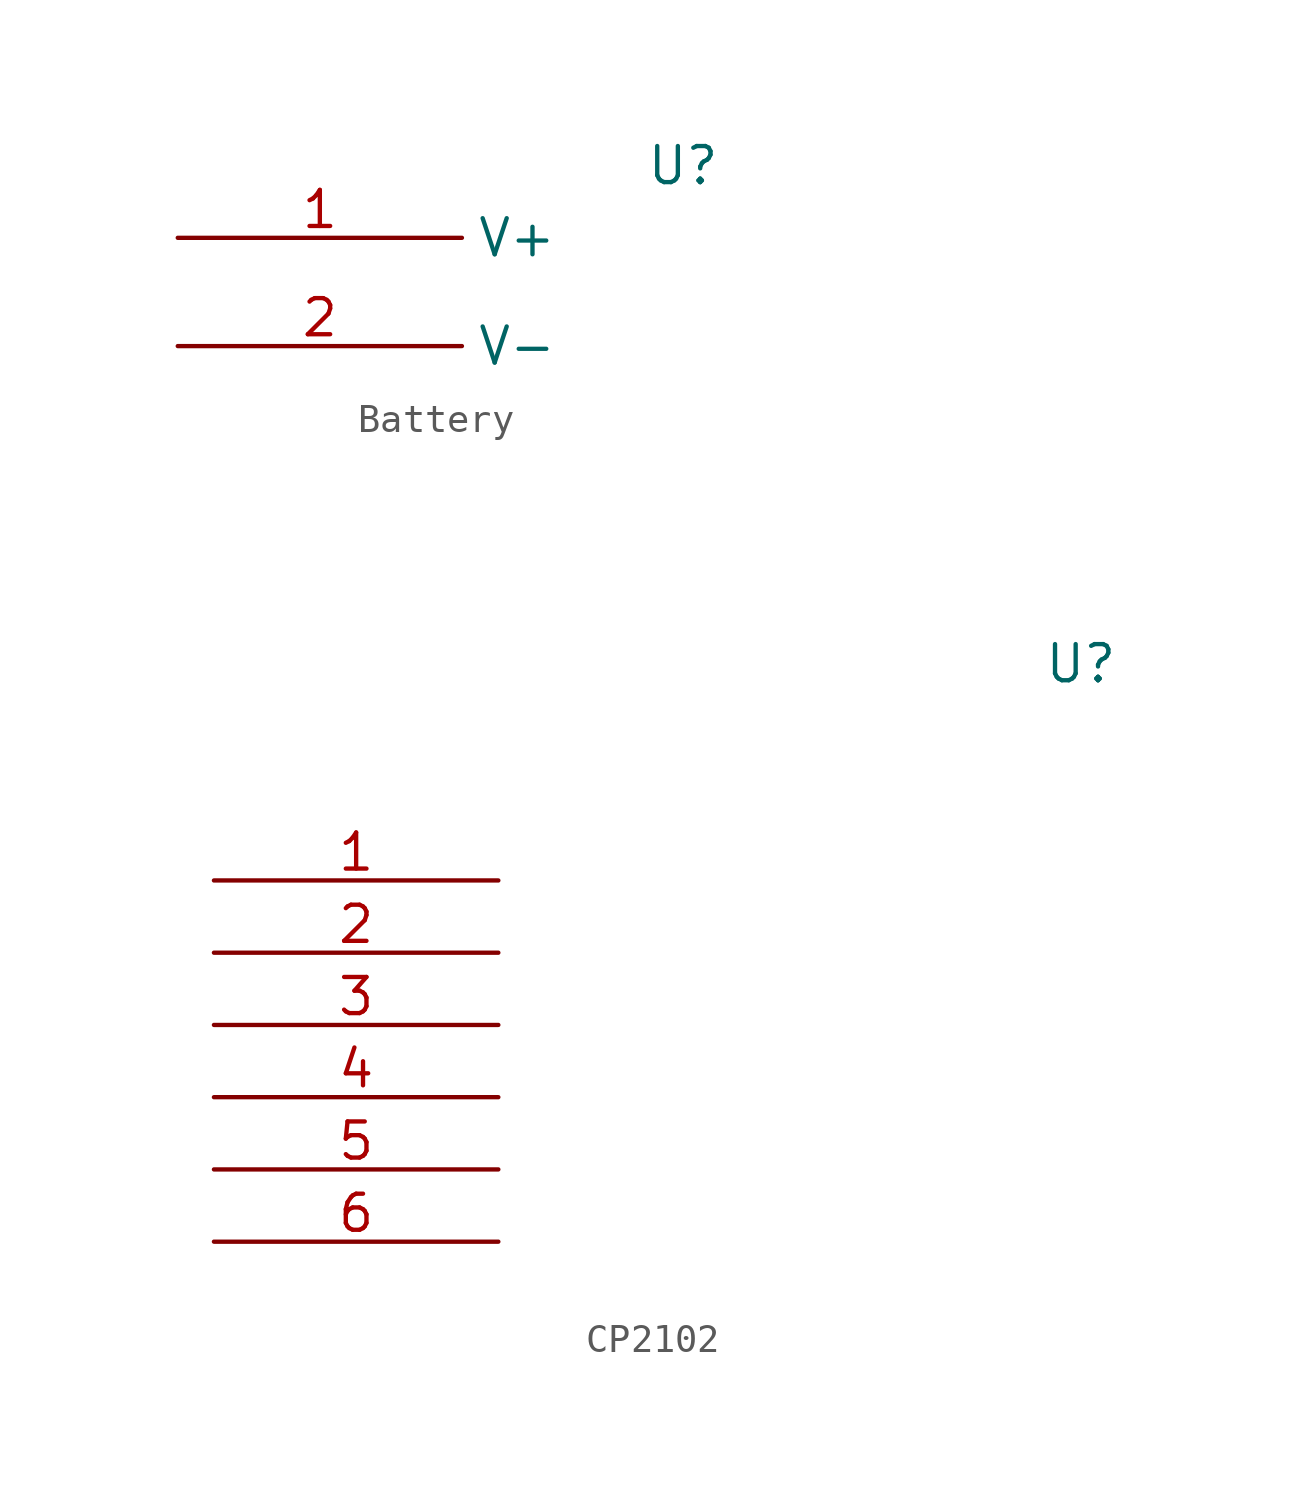
<source format=kicad_sym>
(kicad_symbol_lib
  (version 20220914)
  (generator kicad_symbol_editor)
  (symbol "Battery"
    (property "Reference" "U"
      (at 0 0 0)
      (effects (font (size 1.27 1.27))))
    (property "Value" ""
      (at 0 0 0)
      (effects (font (size 1.27 1.27))))
    (symbol "Battery_1_1"
      (pin input line (at -17.78 -2.54 0) (length 10) (name "V+" (effects (font (size 1.27 1.27)))) (number "1" (effects (font (size 1.27 1.27)))))
      (pin input line (at -17.78 -6.35 0) (length 10) (name "V-" (effects (font (size 1.27 1.27)))) (number "2" (effects (font (size 1.27 1.27)))))))
  (symbol "CP2102"
    (property "Reference" "U"
      (at 0 0 0)
      (effects (font (size 1.27 1.27))))
    (property "Value" ""
      (at 0 0 0)
      (effects (font (size 1.27 1.27))))
    (symbol "CP2102_1_1"
      (pin input line (at -30.48 -7.62 0) (length 10) (name "" (effects (font (size 1.27 1.27)))) (number "1" (effects (font (size 1.27 1.27)))))
      (pin input line (at -30.48 -10.16 0) (length 10) (name "" (effects (font (size 1.27 1.27)))) (number "2" (effects (font (size 1.27 1.27)))))
      (pin input line (at -30.48 -12.7 0) (length 10) (name "" (effects (font (size 1.27 1.27)))) (number "3" (effects (font (size 1.27 1.27)))))
      (pin input line (at -30.48 -15.24 0) (length 10) (name "" (effects (font (size 1.27 1.27)))) (number "4" (effects (font (size 1.27 1.27)))))
      (pin input line (at -30.48 -17.78 0) (length 10) (name "" (effects (font (size 1.27 1.27)))) (number "5" (effects (font (size 1.27 1.27)))))
      (pin input line (at -30.48 -20.32 0) (length 10) (name "" (effects (font (size 1.27 1.27)))) (number "6" (effects (font (size 1.27 1.27))))))))
</source>
